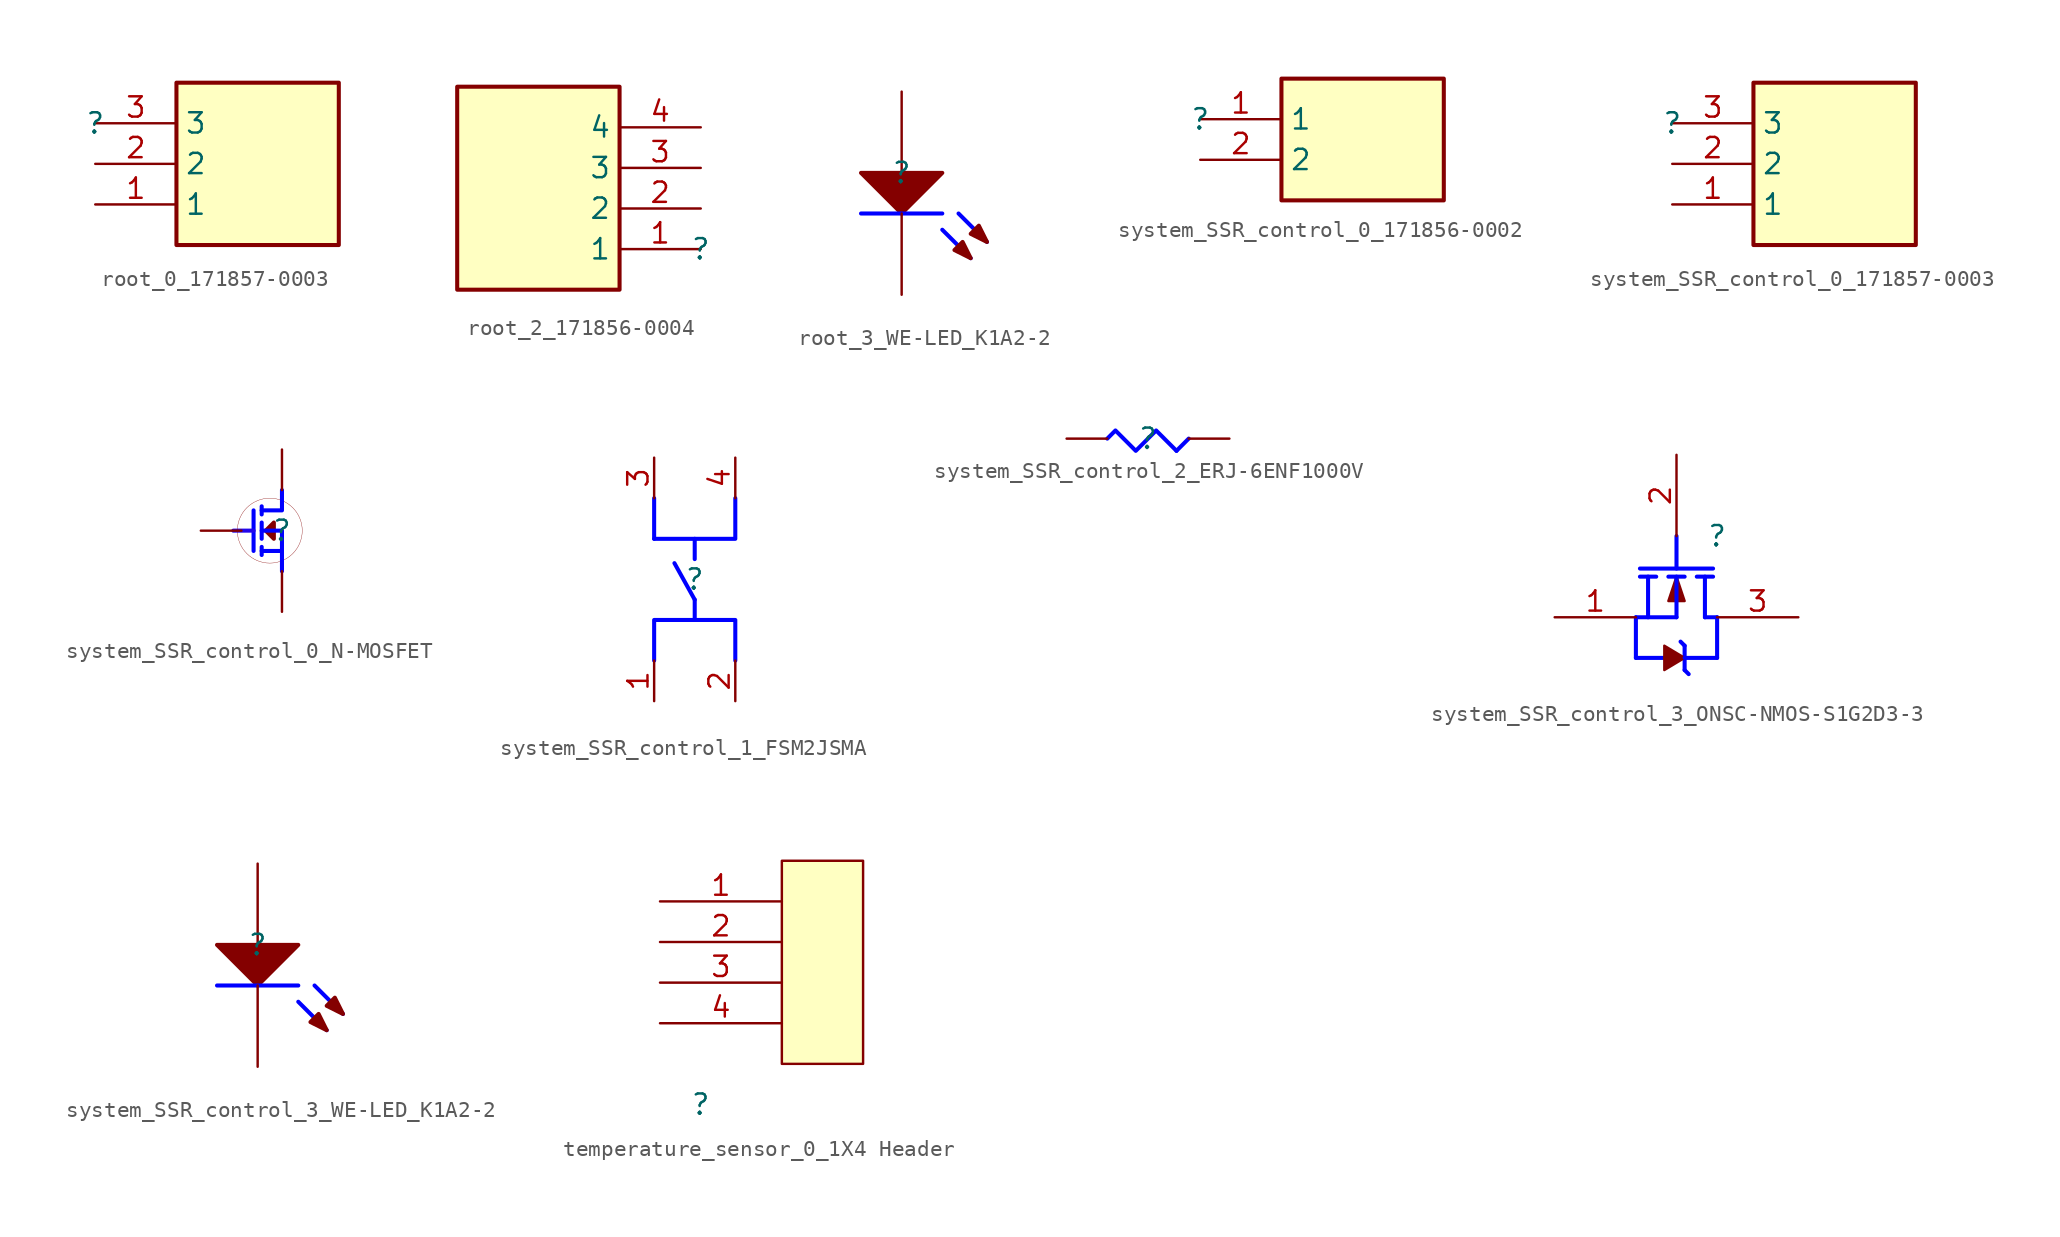
<source format=kicad_sym>
(kicad_symbol_lib
  (version 20220914)
  (generator kicad_symbol_editor)
  (symbol "root_0_171857-0003"
    (property "Reference" ""
      (at 0 0 0)
      (effects (font (size 1.27 1.27))))
    (property "Value" ""
      (at 0 0 0)
      (effects (font (size 1.27 1.27))))
    (symbol "root_0_171857-0003_1_0"
      (rectangle (start 15.24 2.54) (end 5.08 -7.62) (stroke (width 0.254) (type solid)) (fill (type background)))
      (pin passive line (at 0 -5.08 0) (length 5.08) (name "1" (effects (font (size 1.27 1.27)))) (number "1" (effects (font (size 1.27 1.27)))))
      (pin passive line (at 0 -2.54 0) (length 5.08) (name "2" (effects (font (size 1.27 1.27)))) (number "2" (effects (font (size 1.27 1.27)))))
      (pin passive line (at 0 0 0) (length 5.08) (name "3" (effects (font (size 1.27 1.27)))) (number "3" (effects (font (size 1.27 1.27)))))))
  (symbol "root_2_171856-0004"
    (property "Reference" ""
      (at 0 0 0)
      (effects (font (size 1.27 1.27))))
    (property "Value" ""
      (at 0 0 0)
      (effects (font (size 1.27 1.27))))
    (symbol "root_2_171856-0004_1_0"
      (rectangle (start -5.08 10.16) (end -15.24 -2.54) (stroke (width 0.254) (type solid)) (fill (type background)))
      (pin passive line (at 0 0 180) (length 5.08) (name "1" (effects (font (size 1.27 1.27)))) (number "1" (effects (font (size 1.27 1.27)))))
      (pin passive line (at 0 2.54 180) (length 5.08) (name "2" (effects (font (size 1.27 1.27)))) (number "2" (effects (font (size 1.27 1.27)))))
      (pin passive line (at 0 5.08 180) (length 5.08) (name "3" (effects (font (size 1.27 1.27)))) (number "3" (effects (font (size 1.27 1.27)))))
      (pin passive line (at 0 7.62 180) (length 5.08) (name "4" (effects (font (size 1.27 1.27)))) (number "4" (effects (font (size 1.27 1.27)))))))
  (symbol "root_3_WE-LED_K1A2-2"
    (property "Reference" ""
      (at 0 0 0)
      (effects (font (size 1.27 1.27))))
    (property "Value" ""
      (at 0 0 0)
      (effects (font (size 1.27 1.27))))
    (symbol "root_3_WE-LED_K1A2-2_1_0"
      (polyline (pts (xy 2.54 -3.556) (xy 4.318 -5.334)) (stroke (width 0.254) (type solid) (color 0 0 255 1)) (fill (type none)))
      (polyline (pts (xy 2.54 -2.54) (xy -2.54 -2.54)) (stroke (width 0.254) (type solid) (color 0 0 255 1)) (fill (type none)))
      (polyline (pts (xy 3.556 -2.54) (xy 5.334 -4.318)) (stroke (width 0.254) (type solid) (color 0 0 255 1)) (fill (type none)))
      (polyline (pts (xy -2.54 0) (xy 0 -2.54) (xy 2.54 0) (xy -2.54 0)) (stroke (width 0.254) (type solid)) (fill (type outline)))
      (polyline (pts (xy 4.318 -5.334) (xy 3.81 -4.318) (xy 3.302 -4.826) (xy 4.318 -5.334)) (stroke (width 0.254) (type solid)) (fill (type outline)))
      (polyline (pts (xy 5.334 -4.318) (xy 4.826 -3.302) (xy 4.318 -3.81) (xy 5.334 -4.318)) (stroke (width 0.254) (type solid)) (fill (type outline)))
      (pin passive line (at 0 -7.62 90) (length 5.08) (name "K" (effects (font (size 0 0)))) (number "1" (effects (font (size 0 0)))))
      (pin passive line (at 0 5.08 270) (length 5.08) (name "A" (effects (font (size 0 0)))) (number "2" (effects (font (size 0 0)))))))
  (symbol "system_SSR_control_0_171856-0002"
    (property "Reference" ""
      (at 0 0 0)
      (effects (font (size 1.27 1.27))))
    (property "Value" ""
      (at 0 0 0)
      (effects (font (size 1.27 1.27))))
    (symbol "system_SSR_control_0_171856-0002_1_0"
      (rectangle (start 15.24 2.54) (end 5.08 -5.08) (stroke (width 0.254) (type solid)) (fill (type background)))
      (pin passive line (at 0 0 0) (length 5.08) (name "1" (effects (font (size 1.27 1.27)))) (number "1" (effects (font (size 1.27 1.27)))))
      (pin passive line (at 0 -2.54 0) (length 5.08) (name "2" (effects (font (size 1.27 1.27)))) (number "2" (effects (font (size 1.27 1.27)))))))
  (symbol "system_SSR_control_0_171857-0003"
    (property "Reference" ""
      (at 0 0 0)
      (effects (font (size 1.27 1.27))))
    (property "Value" ""
      (at 0 0 0)
      (effects (font (size 1.27 1.27))))
    (symbol "system_SSR_control_0_171857-0003_1_0"
      (rectangle (start 15.24 2.54) (end 5.08 -7.62) (stroke (width 0.254) (type solid)) (fill (type background)))
      (pin passive line (at 0 -5.08 0) (length 5.08) (name "1" (effects (font (size 1.27 1.27)))) (number "1" (effects (font (size 1.27 1.27)))))
      (pin passive line (at 0 -2.54 0) (length 5.08) (name "2" (effects (font (size 1.27 1.27)))) (number "2" (effects (font (size 1.27 1.27)))))
      (pin passive line (at 0 0 0) (length 5.08) (name "3" (effects (font (size 1.27 1.27)))) (number "3" (effects (font (size 1.27 1.27)))))))
  (symbol "system_SSR_control_0_N-MOSFET"
    (property "Reference" ""
      (at 0 0 0)
      (effects (font (size 1.27 1.27))))
    (property "Value" ""
      (at 0 0 0)
      (effects (font (size 1.27 1.27))))
    (symbol "system_SSR_control_0_N-MOSFET_1_0"
      (circle (center -0.762 0) (radius 2.032) (stroke (width 0.0001) (type solid)) (fill (type color) (color 255 255 255 1)))
      (polyline (pts (xy -1.778 0) (xy -3.048 0)) (stroke (width 0.254) (type solid) (color 33 6 236 1)) (fill (type none)))
      (polyline (pts (xy -1.778 1.27) (xy -1.778 -1.27)) (stroke (width 0.254) (type solid) (color 0 0 255 1)) (fill (type none)))
      (polyline (pts (xy -1.27 -1.016) (xy -1.27 -1.524)) (stroke (width 0.254) (type solid) (color 0 0 255 1)) (fill (type none)))
      (polyline (pts (xy -1.27 0.508) (xy -1.27 -0.508)) (stroke (width 0.254) (type solid) (color 0 0 255 1)) (fill (type none)))
      (polyline (pts (xy -1.27 1.524) (xy -1.27 1.016)) (stroke (width 0.254) (type solid) (color 0 0 255 1)) (fill (type none)))
      (polyline (pts (xy 0 -1.27) (xy -1.27 -1.27)) (stroke (width 0.254) (type solid) (color 0 0 255 1)) (fill (type none)))
      (polyline (pts (xy 0 2.54) (xy 0 1.27) (xy -1.27 1.27)) (stroke (width 0.254) (type solid) (color 0 0 255 1)) (fill (type none)))
      (polyline (pts (xy -1.016 0) (xy -0.508 0.508) (xy -0.508 -0.508) (xy -1.016 0)) (stroke (width 0.254) (type solid)) (fill (type outline)))
      (polyline (pts (xy 0 -2.286) (xy 0 -2.54) (xy 0 0) (xy -1.27 0)) (stroke (width 0.254) (type solid) (color 0 0 255 1)) (fill (type none)))
      (pin passive line (at 0 5.08 270) (length 2.54) (name "DRAIN" (effects (font (size 0 0)))) (number "D" (effects (font (size 0 0)))))
      (pin passive line (at -5.08 0 0) (length 2.54) (name "GATE" (effects (font (size 0 0)))) (number "G" (effects (font (size 0 0)))))
      (pin passive line (at 0 -5.08 90) (length 2.54) (name "SOURCE" (effects (font (size 0 0)))) (number "S" (effects (font (size 0 0)))))))
  (symbol "system_SSR_control_1_FSM2JSMA"
    (property "Reference" ""
      (at 0 0 0)
      (effects (font (size 1.27 1.27))))
    (property "Value" ""
      (at 0 0 0)
      (effects (font (size 1.27 1.27))))
    (symbol "system_SSR_control_1_FSM2JSMA_1_0"
      (polyline (pts (xy -2.54 2.54) (xy -2.54 5.08)) (stroke (width 0.254) (type solid) (color 0 0 255 1)) (fill (type none)))
      (polyline (pts (xy 0 -2.54) (xy 0 -1.27)) (stroke (width 0.254) (type solid) (color 0 0 255 1)) (fill (type none)))
      (polyline (pts (xy 0 -1.27) (xy -1.27 1.016)) (stroke (width 0.254) (type solid) (color 0 0 255 1)) (fill (type none)))
      (polyline (pts (xy 0 2.54) (xy 0 1.27)) (stroke (width 0.254) (type solid) (color 0 0 255 1)) (fill (type none)))
      (polyline (pts (xy 2.54 5.08) (xy 2.54 2.54) (xy -2.54 2.54)) (stroke (width 0.254) (type solid) (color 0 0 255 1)) (fill (type none)))
      (polyline (pts (xy -2.54 -5.08) (xy -2.54 -2.54) (xy 2.54 -2.54) (xy 2.54 -5.08)) (stroke (width 0.254) (type solid) (color 0 0 255 1)) (fill (type none)))
      (pin passive line (at -2.54 -7.62 90) (length 2.54) (name "1" (effects (font (size 0 0)))) (number "1" (effects (font (size 1.27 1.27)))))
      (pin passive line (at 2.54 -7.62 90) (length 2.54) (name "2" (effects (font (size 0 0)))) (number "2" (effects (font (size 1.27 1.27)))))
      (pin passive line (at -2.54 7.62 270) (length 2.54) (name "3" (effects (font (size 0 0)))) (number "3" (effects (font (size 1.27 1.27)))))
      (pin passive line (at 2.54 7.62 270) (length 2.54) (name "4" (effects (font (size 0 0)))) (number "4" (effects (font (size 1.27 1.27)))))))
  (symbol "system_SSR_control_2_ERJ-6ENF1000V"
    (property "Reference" ""
      (at 0 0 0)
      (effects (font (size 1.27 1.27))))
    (property "Value" ""
      (at 0 0 0)
      (effects (font (size 1.27 1.27))))
    (symbol "system_SSR_control_2_ERJ-6ENF1000V_1_0"
      (polyline (pts (xy 1.778 -0.762) (xy 2.54 0)) (stroke (width 0.254) (type solid) (color 0 0 255 1)) (fill (type none)))
      (polyline (pts (xy 1.778 -0.762) (xy 0.508 0.508) (xy -0.762 -0.762) (xy -2.032 0.508) (xy -2.54 0)) (stroke (width 0.254) (type solid) (color 0 0 255 1)) (fill (type none)))
      (pin passive line (at 5.08 0 180) (length 2.54) (name "1" (effects (font (size 0 0)))) (number "1" (effects (font (size 0 0)))))
      (pin passive line (at -5.08 0 0) (length 2.54) (name "2" (effects (font (size 0 0)))) (number "2" (effects (font (size 0 0)))))))
  (symbol "system_SSR_control_3_ONSC-NMOS-S1G2D3-3"
    (property "Reference" ""
      (at 0 0 0)
      (effects (font (size 1.27 1.27))))
    (property "Value" ""
      (at 0 0 0)
      (effects (font (size 1.27 1.27))))
    (symbol "system_SSR_control_3_ONSC-NMOS-S1G2D3-3_1_0"
      (polyline (pts (xy -5.08 -7.62) (xy -3.302 -7.62)) (stroke (width 0.254) (type solid) (color 0 0 255 1)) (fill (type none)))
      (polyline (pts (xy -5.08 -5.08) (xy -5.08 -7.62)) (stroke (width 0.254) (type solid) (color 0 0 255 1)) (fill (type none)))
      (polyline (pts (xy -4.826 -2.54) (xy -3.81 -2.54)) (stroke (width 0.254) (type solid) (color 0 0 255 1)) (fill (type none)))
      (polyline (pts (xy -4.318 -5.08) (xy -4.318 -2.54)) (stroke (width 0.254) (type solid) (color 0 0 255 1)) (fill (type none)))
      (polyline (pts (xy -3.048 -2.54) (xy -2.032 -2.54)) (stroke (width 0.254) (type solid) (color 0 0 255 1)) (fill (type none)))
      (polyline (pts (xy -2.54 -5.08) (xy -5.08 -5.08)) (stroke (width 0.254) (type solid) (color 0 0 255 1)) (fill (type none)))
      (polyline (pts (xy -2.54 -5.08) (xy -2.54 -2.54)) (stroke (width 0.254) (type solid) (color 0 0 255 1)) (fill (type none)))
      (polyline (pts (xy -2.54 0) (xy -2.54 -2.032)) (stroke (width 0.254) (type solid) (color 0 0 255 1)) (fill (type none)))
      (polyline (pts (xy -2.032 -8.382) (xy -1.778 -8.636)) (stroke (width 0.254) (type solid) (color 0 0 255 1)) (fill (type none)))
      (polyline (pts (xy -2.032 -6.858) (xy -2.286 -6.604)) (stroke (width 0.254) (type solid) (color 0 0 255 1)) (fill (type none)))
      (polyline (pts (xy -2.032 -6.858) (xy -2.032 -8.382)) (stroke (width 0.254) (type solid) (color 0 0 255 1)) (fill (type none)))
      (polyline (pts (xy -0.762 -5.08) (xy -0.762 -2.54)) (stroke (width 0.254) (type solid) (color 0 0 255 1)) (fill (type none)))
      (polyline (pts (xy -0.762 -5.08) (xy 0 -5.08)) (stroke (width 0.254) (type solid) (color 0 0 255 1)) (fill (type none)))
      (polyline (pts (xy -0.254 -2.54) (xy -1.27 -2.54)) (stroke (width 0.254) (type solid) (color 0 0 255 1)) (fill (type none)))
      (polyline (pts (xy -0.254 -2.032) (xy -4.826 -2.032)) (stroke (width 0.254) (type solid) (color 0 0 255 1)) (fill (type none)))
      (polyline (pts (xy 0 -7.62) (xy -2.032 -7.62)) (stroke (width 0.254) (type solid) (color 0 0 255 1)) (fill (type none)))
      (polyline (pts (xy 0 -5.08) (xy 0 -7.62)) (stroke (width 0.254) (type solid) (color 0 0 255 1)) (fill (type none)))
      (polyline (pts (xy -2.54 -2.54) (xy -2.032 -4.064) (xy -3.048 -4.064) (xy -2.54 -2.54)) (stroke (width 0) (type solid)) (fill (type outline)))
      (polyline (pts (xy -2.032 -7.62) (xy -3.302 -8.382) (xy -3.302 -6.858) (xy -2.032 -7.62)) (stroke (width 0) (type solid)) (fill (type outline)))
      (pin passive line (at -10.16 -5.08 0) (length 5.08) (name "S" (effects (font (size 0 0)))) (number "1" (effects (font (size 1.27 1.27)))))
      (pin passive line (at -2.54 5.08 270) (length 5.08) (name "G" (effects (font (size 0 0)))) (number "2" (effects (font (size 1.27 1.27)))))
      (pin passive line (at 5.08 -5.08 180) (length 5.08) (name "D" (effects (font (size 0 0)))) (number "3" (effects (font (size 1.27 1.27)))))))
  (symbol "system_SSR_control_3_WE-LED_K1A2-2"
    (property "Reference" ""
      (at 0 0 0)
      (effects (font (size 1.27 1.27))))
    (property "Value" ""
      (at 0 0 0)
      (effects (font (size 1.27 1.27))))
    (symbol "system_SSR_control_3_WE-LED_K1A2-2_1_0"
      (polyline (pts (xy 2.54 -3.556) (xy 4.318 -5.334)) (stroke (width 0.254) (type solid) (color 0 0 255 1)) (fill (type none)))
      (polyline (pts (xy 2.54 -2.54) (xy -2.54 -2.54)) (stroke (width 0.254) (type solid) (color 0 0 255 1)) (fill (type none)))
      (polyline (pts (xy 3.556 -2.54) (xy 5.334 -4.318)) (stroke (width 0.254) (type solid) (color 0 0 255 1)) (fill (type none)))
      (polyline (pts (xy -2.54 0) (xy 0 -2.54) (xy 2.54 0) (xy -2.54 0)) (stroke (width 0.254) (type solid)) (fill (type outline)))
      (polyline (pts (xy 4.318 -5.334) (xy 3.81 -4.318) (xy 3.302 -4.826) (xy 4.318 -5.334)) (stroke (width 0.254) (type solid)) (fill (type outline)))
      (polyline (pts (xy 5.334 -4.318) (xy 4.826 -3.302) (xy 4.318 -3.81) (xy 5.334 -4.318)) (stroke (width 0.254) (type solid)) (fill (type outline)))
      (pin passive line (at 0 -7.62 90) (length 5.08) (name "K" (effects (font (size 0 0)))) (number "1" (effects (font (size 0 0)))))
      (pin passive line (at 0 5.08 270) (length 5.08) (name "A" (effects (font (size 0 0)))) (number "2" (effects (font (size 0 0)))))))
  (symbol "temperature_sensor_0_1X4 Header"
    (property "Reference" ""
      (at 0 0 0)
      (effects (font (size 1.27 1.27))))
    (property "Value" ""
      (at 0 0 0)
      (effects (font (size 1.27 1.27))))
    (symbol "temperature_sensor_0_1X4 Header_1_0"
      (rectangle (start 10.16 15.24) (end 5.08 2.54) (stroke (width 0) (type solid)) (fill (type background)))
      (pin passive line (at -2.54 12.7 0) (length 7.62) (name "1" (effects (font (size 0 0)))) (number "1" (effects (font (size 1.27 1.27)))))
      (pin passive line (at -2.54 10.16 0) (length 7.62) (name "2" (effects (font (size 0 0)))) (number "2" (effects (font (size 1.27 1.27)))))
      (pin passive line (at -2.54 7.62 0) (length 7.62) (name "3" (effects (font (size 0 0)))) (number "3" (effects (font (size 1.27 1.27)))))
      (pin passive line (at -2.54 5.08 0) (length 7.62) (name "4" (effects (font (size 0 0)))) (number "4" (effects (font (size 1.27 1.27))))))))
</source>
